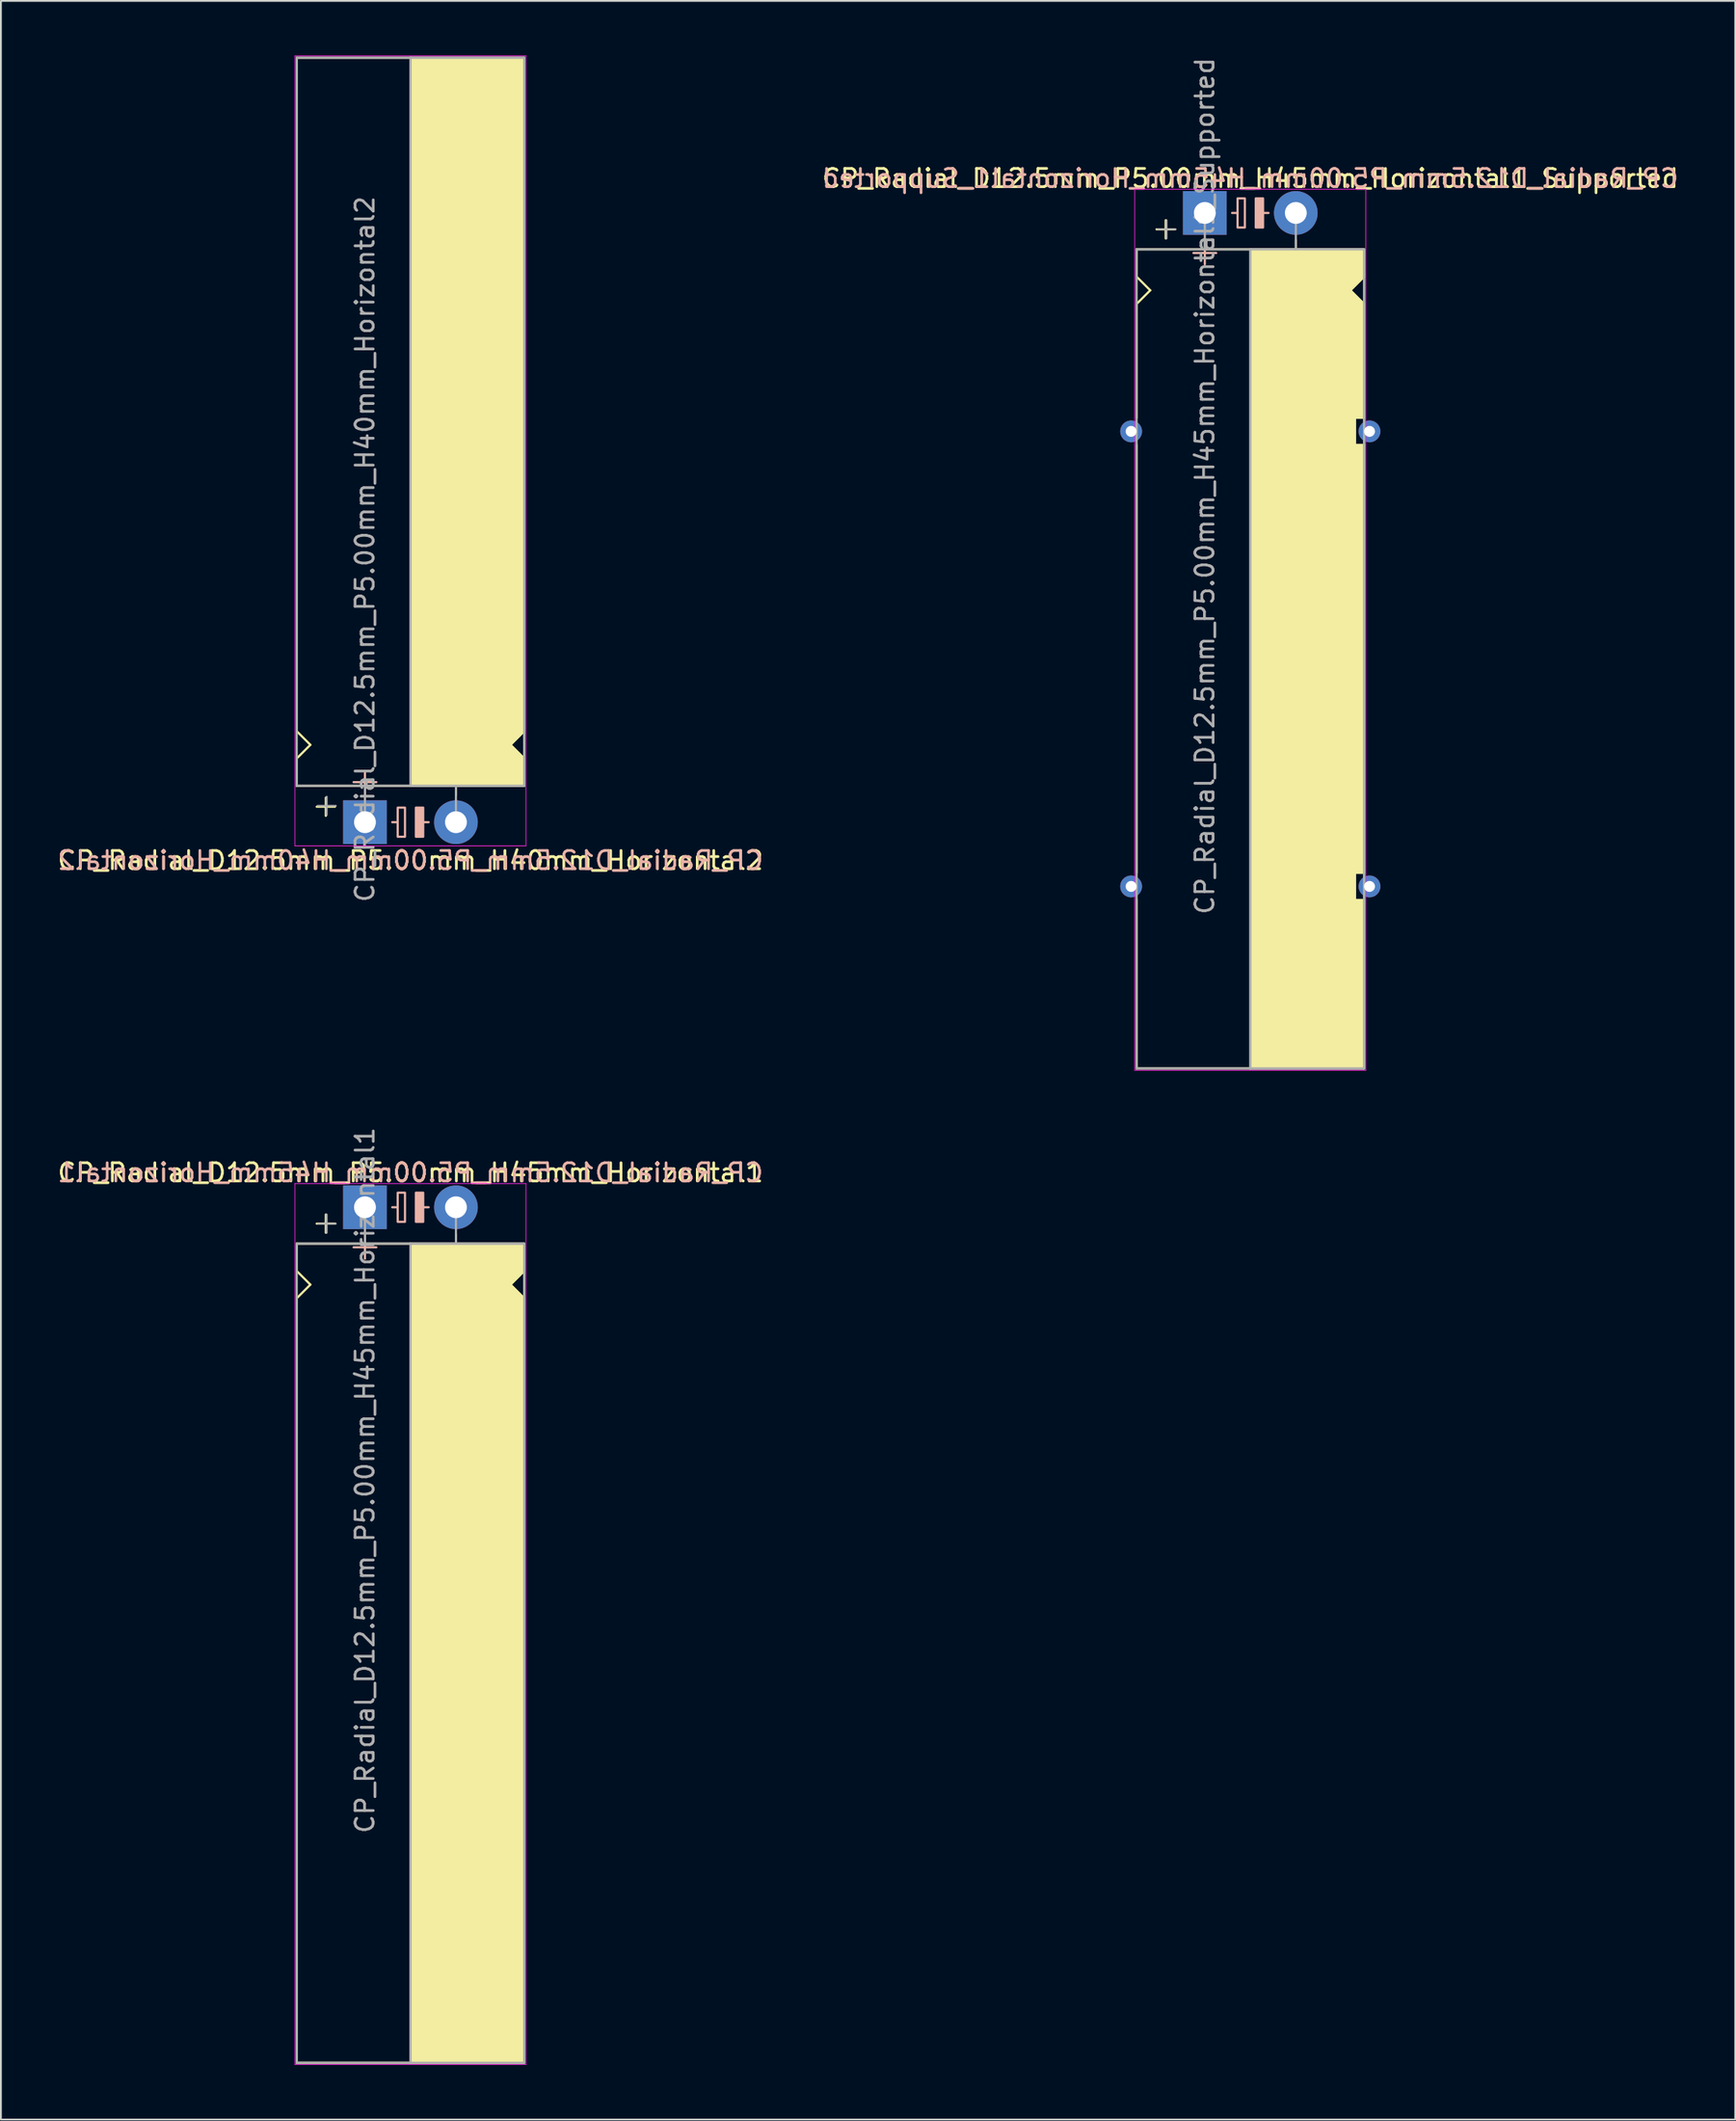
<source format=kicad_pcb>
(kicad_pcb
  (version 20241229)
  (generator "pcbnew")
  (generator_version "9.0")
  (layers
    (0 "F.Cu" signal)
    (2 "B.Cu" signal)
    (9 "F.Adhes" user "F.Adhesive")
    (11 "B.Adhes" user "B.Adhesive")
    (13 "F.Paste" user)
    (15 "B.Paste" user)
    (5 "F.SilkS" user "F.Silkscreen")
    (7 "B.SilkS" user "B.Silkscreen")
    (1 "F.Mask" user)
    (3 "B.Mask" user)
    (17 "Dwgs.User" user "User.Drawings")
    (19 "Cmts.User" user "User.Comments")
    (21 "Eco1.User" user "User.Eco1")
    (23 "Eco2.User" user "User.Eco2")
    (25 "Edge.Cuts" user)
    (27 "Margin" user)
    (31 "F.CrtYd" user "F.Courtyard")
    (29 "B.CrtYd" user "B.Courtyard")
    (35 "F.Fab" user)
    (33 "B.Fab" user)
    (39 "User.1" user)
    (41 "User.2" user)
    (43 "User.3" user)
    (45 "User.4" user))
  (footprint "CP_Radial_D12.5mm_P5.00mm_H40mm_Horizontal2"
    (layer "F.Cu")
    (at 17.006 42.12)
    (property "Reference" "CP_Radial_D12.5mm_P5.00mm_H40mm_Horizontal2" (at 2.5 2.1 180) (layer "F.SilkS") (effects (font (size 1 1) (thickness 0.15))))
    (fp_line (start -3.75 -5) (end -3.75 -42) (stroke (width 0.12) (type solid)) (layer "F.SilkS"))
    (fp_line (start -3.75 -3.5) (end -3 -4.25) (stroke (width 0.12) (type solid)) (layer "F.SilkS"))
    (fp_line (start -3.75 -2) (end -3.75 -3.5) (stroke (width 0.12) (type solid)) (layer "F.SilkS"))
    (fp_line (start -3 -4.25) (end -3.75 -5) (stroke (width 0.12) (type solid)) (layer "F.SilkS"))
    (fp_line (start -2.15 -1.35) (end -2.15 -0.35) (stroke (width 0.12) (type solid)) (layer "F.SilkS"))
    (fp_line (start -1.65 -0.85) (end -2.65 -0.85) (stroke (width 0.12) (type solid)) (layer "F.SilkS"))
    (fp_line (start 0 -1.5) (end 0 -2) (stroke (width 0.12) (type solid)) (layer "F.SilkS"))
    (fp_line (start 2.5 -2) (end -3.75 -2) (stroke (width 0.12) (type solid)) (layer "F.SilkS"))
    (fp_line (start 2.5 -2) (end 2.5 -42) (stroke (width 0.12) (type solid)) (layer "F.SilkS"))
    (fp_line (start 2.5 -2) (end 8.75 -2) (stroke (width 0.12) (type solid)) (layer "F.SilkS"))
    (fp_line (start 5 -1.5) (end 5 -2) (stroke (width 0.12) (type solid)) (layer "F.SilkS"))
    (fp_line (start 8 -4.25) (end 8.75 -5) (stroke (width 0.12) (type solid)) (layer "F.SilkS"))
    (fp_line (start 8.75 -42) (end -3.75 -42) (stroke (width 0.12) (type solid)) (layer "F.SilkS"))
    (fp_line (start 8.75 -5) (end 8.75 -42) (stroke (width 0.12) (type solid)) (layer "F.SilkS"))
    (fp_line (start 8.75 -3.5) (end 8 -4.25) (stroke (width 0.12) (type solid)) (layer "F.SilkS"))
    (fp_line (start 8.75 -2) (end 8.75 -3.5) (stroke (width 0.12) (type solid)) (layer "F.SilkS"))
    (fp_poly (pts (xy 8.75 -3.5) (xy 8 -4.25) (xy 8.75 -5) (xy 8.75 -42) (xy 2.5 -42) (xy 2.5 -2) (xy 8.75 -2)) (stroke (width 0.1) (type solid)) (fill yes) (layer "F.SilkS"))
    (fp_line (start 0 -2.825) (end 0 -1.575) (stroke (width 0.12) (type solid)) (layer "B.SilkS"))
    (fp_line (start 0.625 -2.2) (end -0.625 -2.2) (stroke (width 0.12) (type solid)) (layer "B.SilkS"))
    (fp_line (start 1.8 0) (end 1.5 0) (stroke (width 0.12) (type solid)) (layer "B.SilkS"))
    (fp_line (start 3.5 0) (end 3.2 0) (stroke (width 0.12) (type solid)) (layer "B.SilkS"))
    (fp_rect (start 2.2 -0.8) (end 1.8 0.8) (stroke (width 0.12) (type solid)) (fill no) (layer "B.SilkS"))
    (fp_rect (start 3.2 -0.8) (end 2.8 0.8) (stroke (width 0.12) (type solid)) (fill yes) (layer "B.SilkS"))
    (fp_line (start -3.85 -42.1) (end -3.85 1.3) (stroke (width 0.04) (type solid)) (layer "F.CrtYd"))
    (fp_line (start 8.85 -42.1) (end -3.85 -42.1) (stroke (width 0.04) (type solid)) (layer "F.CrtYd"))
    (fp_line (start 8.85 1.3) (end -3.85 1.3) (stroke (width 0.04) (type solid)) (layer "F.CrtYd"))
    (fp_line (start 8.85 1.3) (end 8.85 -42.1) (stroke (width 0.04) (type solid)) (layer "F.CrtYd"))
    (fp_line (start -3.75 -42) (end 8.75 -42) (stroke (width 0.12) (type solid)) (layer "F.Fab"))
    (fp_line (start -3.75 -2) (end -3.75 -42) (stroke (width 0.12) (type solid)) (layer "F.Fab"))
    (fp_line (start -2.6 -0.9) (end -1.6 -0.9) (stroke (width 0.1) (type solid)) (layer "F.Fab"))
    (fp_line (start -2.1 -0.4) (end -2.1 -1.4) (stroke (width 0.1) (type solid)) (layer "F.Fab"))
    (fp_line (start 0 -2) (end -3.75 -2) (stroke (width 0.12) (type solid)) (layer "F.Fab"))
    (fp_line (start 0 0) (end 0 -2) (stroke (width 0.12) (type solid)) (layer "F.Fab"))
    (fp_line (start 2.5 -2) (end 2.5 -42) (stroke (width 0.12) (type solid)) (layer "F.Fab"))
    (fp_line (start 5 -2) (end 5 0) (stroke (width 0.12) (type solid)) (layer "F.Fab"))
    (fp_line (start 8.75 -42) (end 8.75 -2) (stroke (width 0.12) (type solid)) (layer "F.Fab"))
    (fp_line (start 8.75 -2) (end 0 -2) (stroke (width 0.12) (type solid)) (layer "F.Fab"))
    (fp_poly (pts (xy 8.75 -42) (xy 2.5 -42) (xy 2.5 -2) (xy 8.75 -2)) (stroke (width 0.1) (type solid)) (fill no) (layer "F.Fab"))
    (fp_text user "${REFERENCE}" (at 2.5 2.1 0) (layer "B.SilkS") (effects (font (size 1 1) (thickness 0.15)) (justify mirror)))
    (fp_text user "${REFERENCE}" (at 0 -15 90) (layer "F.Fab") (effects (font (size 1 1) (thickness 0.15))))
    (pad "1" thru_hole rect (at 0 0) (size 2.4 2.4) (drill 1.2) (layers "*.Cu" "*.Mask"))
    (pad "2" thru_hole circle (at 5 0) (size 2.4 2.4) (drill 1.2) (layers "*.Cu" "*.Mask")))
  (footprint "CP_Radial_D12.5mm_P5.00mm_H45mm_Horizontal1"
    (layer "F.Cu")
    (at 17.006 63.275)
    (property "Reference" "CP_Radial_D12.5mm_P5.00mm_H45mm_Horizontal1" (at 2.5 -1.9 180) (layer "F.SilkS") (effects (font (size 1 1) (thickness 0.15))))
    (fp_line (start -3.75 2) (end -3.75 3.5) (stroke (width 0.12) (type solid)) (layer "F.SilkS"))
    (fp_line (start -3.75 3.5) (end -3 4.25) (stroke (width 0.12) (type solid)) (layer "F.SilkS"))
    (fp_line (start -3.75 5) (end -3.75 47) (stroke (width 0.12) (type solid)) (layer "F.SilkS"))
    (fp_line (start -3 4.25) (end -3.75 5) (stroke (width 0.12) (type solid)) (layer "F.SilkS"))
    (fp_line (start -2.15 0.4) (end -2.15 1.4) (stroke (width 0.12) (type solid)) (layer "F.SilkS"))
    (fp_line (start -1.65 0.9) (end -2.65 0.9) (stroke (width 0.12) (type solid)) (layer "F.SilkS"))
    (fp_line (start 0 1.5) (end 0 2) (stroke (width 0.12) (type solid)) (layer "F.SilkS"))
    (fp_line (start 2.5 2) (end -3.75 2) (stroke (width 0.12) (type solid)) (layer "F.SilkS"))
    (fp_line (start 2.5 2) (end 2.5 47) (stroke (width 0.12) (type solid)) (layer "F.SilkS"))
    (fp_line (start 2.5 2) (end 8.75 2) (stroke (width 0.12) (type solid)) (layer "F.SilkS"))
    (fp_line (start 5 1.5) (end 5 2) (stroke (width 0.12) (type solid)) (layer "F.SilkS"))
    (fp_line (start 8 4.25) (end 8.75 5) (stroke (width 0.12) (type solid)) (layer "F.SilkS"))
    (fp_line (start 8.75 2) (end 8.75 3.5) (stroke (width 0.12) (type solid)) (layer "F.SilkS"))
    (fp_line (start 8.75 3.5) (end 8 4.25) (stroke (width 0.12) (type solid)) (layer "F.SilkS"))
    (fp_line (start 8.75 5) (end 8.75 47) (stroke (width 0.12) (type solid)) (layer "F.SilkS"))
    (fp_line (start 8.75 47) (end -3.75 47) (stroke (width 0.12) (type solid)) (layer "F.SilkS"))
    (fp_poly (pts (xy 8.75 3.5) (xy 8 4.25) (xy 8.75 5) (xy 8.75 47) (xy 2.5 47) (xy 2.5 2) (xy 8.75 2)) (stroke (width 0.1) (type solid)) (fill yes) (layer "F.SilkS"))
    (fp_line (start 0 1.575) (end 0 2.825) (stroke (width 0.12) (type solid)) (layer "B.SilkS"))
    (fp_line (start 0.625 2.2) (end -0.625 2.2) (stroke (width 0.12) (type solid)) (layer "B.SilkS"))
    (fp_line (start 1.8 0) (end 1.5 0) (stroke (width 0.12) (type solid)) (layer "B.SilkS"))
    (fp_line (start 3.5 0) (end 3.2 0) (stroke (width 0.12) (type solid)) (layer "B.SilkS"))
    (fp_rect (start 2.2 -0.8) (end 1.8 0.8) (stroke (width 0.12) (type solid)) (fill no) (layer "B.SilkS"))
    (fp_rect (start 3.2 -0.8) (end 2.8 0.8) (stroke (width 0.12) (type solid)) (fill yes) (layer "B.SilkS"))
    (fp_line (start -3.85 -1.3) (end 8.85 -1.3) (stroke (width 0.04) (type solid)) (layer "F.CrtYd"))
    (fp_line (start -3.85 47.1) (end -3.85 -1.3) (stroke (width 0.04) (type solid)) (layer "F.CrtYd"))
    (fp_line (start 8.85 -1.3) (end 8.85 47.1) (stroke (width 0.04) (type solid)) (layer "F.CrtYd"))
    (fp_line (start 8.85 47.1) (end -3.85 47.1) (stroke (width 0.04) (type solid)) (layer "F.CrtYd"))
    (fp_line (start -3.75 2) (end -3.75 47) (stroke (width 0.12) (type solid)) (layer "F.Fab"))
    (fp_line (start -3.75 47) (end 8.75 47) (stroke (width 0.12) (type solid)) (layer "F.Fab"))
    (fp_line (start -2.6 0.9) (end -1.6 0.9) (stroke (width 0.1) (type solid)) (layer "F.Fab"))
    (fp_line (start -2.1 1.4) (end -2.1 0.4) (stroke (width 0.1) (type solid)) (layer "F.Fab"))
    (fp_line (start 0 0) (end 0 2) (stroke (width 0.12) (type solid)) (layer "F.Fab"))
    (fp_line (start 0 2) (end -3.75 2) (stroke (width 0.12) (type solid)) (layer "F.Fab"))
    (fp_line (start 2.5 2) (end 2.5 47) (stroke (width 0.12) (type solid)) (layer "F.Fab"))
    (fp_line (start 5 2) (end 5 0) (stroke (width 0.12) (type solid)) (layer "F.Fab"))
    (fp_line (start 8.75 2) (end 0 2) (stroke (width 0.12) (type solid)) (layer "F.Fab"))
    (fp_line (start 8.75 47) (end 8.75 2) (stroke (width 0.12) (type solid)) (layer "F.Fab"))
    (fp_poly (pts (xy 8.75 47) (xy 2.5 47) (xy 2.5 2) (xy 8.75 2)) (stroke (width 0.1) (type solid)) (fill no) (layer "F.Fab"))
    (fp_text user "${REFERENCE}" (at 2.5 -1.9 0) (layer "B.SilkS") (effects (font (size 1 1) (thickness 0.15)) (justify mirror)))
    (fp_text user "${REFERENCE}" (at 0 15 90) (layer "F.Fab") (effects (font (size 1 1) (thickness 0.15))))
    (pad "1" thru_hole rect (at 0 0) (size 2.4 2.4) (drill 1.2) (layers "*.Cu" "*.Mask"))
    (pad "2" thru_hole circle (at 5 0) (size 2.4 2.4) (drill 1.2) (layers "*.Cu" "*.Mask")))
  (footprint "CP_Radial_D12.5mm_P5.00mm_H45mm_Horizontal1_Supported"
    (layer "F.Cu")
    (at 63.161 8.649)
    (property "Reference" "CP_Radial_D12.5mm_P5.00mm_H45mm_Horizontal1_Supported" (at 2.5 -1.9 180) (layer "F.SilkS") (effects (font (size 1 1) (thickness 0.15))))
    (fp_line (start -3.75 2) (end -3.75 3.5) (stroke (width 0.12) (type solid)) (layer "F.SilkS"))
    (fp_line (start -3.75 3.5) (end -3 4.25) (stroke (width 0.12) (type solid)) (layer "F.SilkS"))
    (fp_line (start -3.75 5) (end -3.75 11.25) (stroke (width 0.12) (type solid)) (layer "F.SilkS"))
    (fp_line (start -3.75 12.75) (end -3.75 36.25) (stroke (width 0.12) (type solid)) (layer "F.SilkS"))
    (fp_line (start -3.75 47) (end -3.75 37.75) (stroke (width 0.12) (type solid)) (layer "F.SilkS"))
    (fp_line (start -3 4.25) (end -3.75 5) (stroke (width 0.12) (type solid)) (layer "F.SilkS"))
    (fp_line (start -2.15 0.4) (end -2.15 1.4) (stroke (width 0.12) (type solid)) (layer "F.SilkS"))
    (fp_line (start -1.65 0.9) (end -2.65 0.9) (stroke (width 0.12) (type solid)) (layer "F.SilkS"))
    (fp_line (start 0 1.5) (end 0 2) (stroke (width 0.12) (type solid)) (layer "F.SilkS"))
    (fp_line (start 2.5 2) (end -3.75 2) (stroke (width 0.12) (type solid)) (layer "F.SilkS"))
    (fp_line (start 2.5 2) (end 2.5 47) (stroke (width 0.12) (type solid)) (layer "F.SilkS"))
    (fp_line (start 2.5 2) (end 8.75 2) (stroke (width 0.12) (type solid)) (layer "F.SilkS"))
    (fp_line (start 5 1.5) (end 5 2) (stroke (width 0.12) (type solid)) (layer "F.SilkS"))
    (fp_line (start 8 4.25) (end 8.75 5) (stroke (width 0.12) (type solid)) (layer "F.SilkS"))
    (fp_line (start 8.25 11.25) (end 8.75 11.25) (stroke (width 0.12) (type solid)) (layer "F.SilkS"))
    (fp_line (start 8.25 12.75) (end 8.25 11.25) (stroke (width 0.12) (type solid)) (layer "F.SilkS"))
    (fp_line (start 8.25 36.25) (end 8.75 36.25) (stroke (width 0.12) (type solid)) (layer "F.SilkS"))
    (fp_line (start 8.25 37.75) (end 8.25 36.25) (stroke (width 0.12) (type solid)) (layer "F.SilkS"))
    (fp_line (start 8.75 2) (end 8.75 3.5) (stroke (width 0.12) (type solid)) (layer "F.SilkS"))
    (fp_line (start 8.75 3.5) (end 8 4.25) (stroke (width 0.12) (type solid)) (layer "F.SilkS"))
    (fp_line (start 8.75 5) (end 8.75 11.25) (stroke (width 0.12) (type solid)) (layer "F.SilkS"))
    (fp_line (start 8.75 12.75) (end 8.25 12.75) (stroke (width 0.12) (type solid)) (layer "F.SilkS"))
    (fp_line (start 8.75 12.75) (end 8.75 36.25) (stroke (width 0.12) (type solid)) (layer "F.SilkS"))
    (fp_line (start 8.75 37.75) (end 8.25 37.75) (stroke (width 0.12) (type solid)) (layer "F.SilkS"))
    (fp_line (start 8.75 47) (end -3.75 47) (stroke (width 0.12) (type solid)) (layer "F.SilkS"))
    (fp_line (start 8.75 47) (end 8.75 37.75) (stroke (width 0.12) (type solid)) (layer "F.SilkS"))
    (fp_poly (pts (xy 8.75 3.5) (xy 8 4.25) (xy 8.75 5) (xy 8.75 11.25) (xy 8.25 11.25) (xy 8.25 12.75) (xy 8.75 12.75) (xy 8.75 36.25) (xy 8.25 36.25) (xy 8.25 37.75) (xy 8.75 37.75) (xy 8.75 47) (xy 2.5 47) (xy 2.5 2) (xy 8.75 2)) (stroke (width 0.1) (type solid)) (fill yes) (layer "F.SilkS"))
    (fp_line (start 0 1.575) (end 0 2.825) (stroke (width 0.12) (type solid)) (layer "B.SilkS"))
    (fp_line (start 0.625 2.2) (end -0.625 2.2) (stroke (width 0.12) (type solid)) (layer "B.SilkS"))
    (fp_line (start 1.8 0) (end 1.5 0) (stroke (width 0.12) (type solid)) (layer "B.SilkS"))
    (fp_line (start 3.5 0) (end 3.2 0) (stroke (width 0.12) (type solid)) (layer "B.SilkS"))
    (fp_rect (start 2.2 -0.8) (end 1.8 0.8) (stroke (width 0.12) (type solid)) (fill no) (layer "B.SilkS"))
    (fp_rect (start 3.2 -0.8) (end 2.8 0.8) (stroke (width 0.12) (type solid)) (fill yes) (layer "B.SilkS"))
    (fp_line (start -3.85 -1.3) (end 8.85 -1.3) (stroke (width 0.04) (type solid)) (layer "F.CrtYd"))
    (fp_line (start -3.85 47.1) (end -3.85 -1.3) (stroke (width 0.04) (type solid)) (layer "F.CrtYd"))
    (fp_line (start 8.85 -1.3) (end 8.85 47.1) (stroke (width 0.04) (type solid)) (layer "F.CrtYd"))
    (fp_line (start 8.85 47.1) (end -3.85 47.1) (stroke (width 0.04) (type solid)) (layer "F.CrtYd"))
    (fp_line (start -3.75 2) (end -3.75 47) (stroke (width 0.12) (type solid)) (layer "F.Fab"))
    (fp_line (start -3.75 47) (end 8.75 47) (stroke (width 0.12) (type solid)) (layer "F.Fab"))
    (fp_line (start -2.6 0.9) (end -1.6 0.9) (stroke (width 0.1) (type solid)) (layer "F.Fab"))
    (fp_line (start -2.1 1.4) (end -2.1 0.4) (stroke (width 0.1) (type solid)) (layer "F.Fab"))
    (fp_line (start 0 0) (end 0 2) (stroke (width 0.12) (type solid)) (layer "F.Fab"))
    (fp_line (start 0 2) (end -3.75 2) (stroke (width 0.12) (type solid)) (layer "F.Fab"))
    (fp_line (start 2.5 2) (end 2.5 47) (stroke (width 0.12) (type solid)) (layer "F.Fab"))
    (fp_line (start 5 2) (end 5 0) (stroke (width 0.12) (type solid)) (layer "F.Fab"))
    (fp_line (start 8.75 2) (end 0 2) (stroke (width 0.12) (type solid)) (layer "F.Fab"))
    (fp_line (start 8.75 47) (end 8.75 2) (stroke (width 0.12) (type solid)) (layer "F.Fab"))
    (fp_poly (pts (xy 8.75 47) (xy 2.5 47) (xy 2.5 2) (xy 8.75 2)) (stroke (width 0.1) (type solid)) (fill no) (layer "F.Fab"))
    (fp_text user "${REFERENCE}" (at 2.5 -1.9 0) (layer "B.SilkS") (effects (font (size 1 1) (thickness 0.15)) (justify mirror)))
    (fp_text user "${REFERENCE}" (at 0 15 90) (layer "F.Fab") (effects (font (size 1 1) (thickness 0.15))))
    (pad "1" thru_hole rect (at 0 0) (size 2.4 2.4) (drill 1.2) (layers "*.Cu" "*.Mask"))
    (pad "2" thru_hole circle (at 5 0) (size 2.4 2.4) (drill 1.2) (layers "*.Cu" "*.Mask"))
    (pad "~" thru_hole circle (at -4.05 12) (size 1.2 1.2) (drill 0.6) (layers "*.Cu" "*.Mask"))
    (pad "~" thru_hole circle (at -4.05 37) (size 1.2 1.2) (drill 0.6) (layers "*.Cu" "*.Mask"))
    (pad "~" thru_hole circle (at 9.05 12) (size 1.2 1.2) (drill 0.6) (layers "*.Cu" "*.Mask"))
    (pad "~" thru_hole circle (at 9.05 37) (size 1.2 1.2) (drill 0.6) (layers "*.Cu" "*.Mask")))
  (gr_rect
    (start -3 -3)
    (end 92.31 113.395)
    (stroke (width 0.1) (type default))
    (fill no)
    (layer "Edge.Cuts")))
</source>
